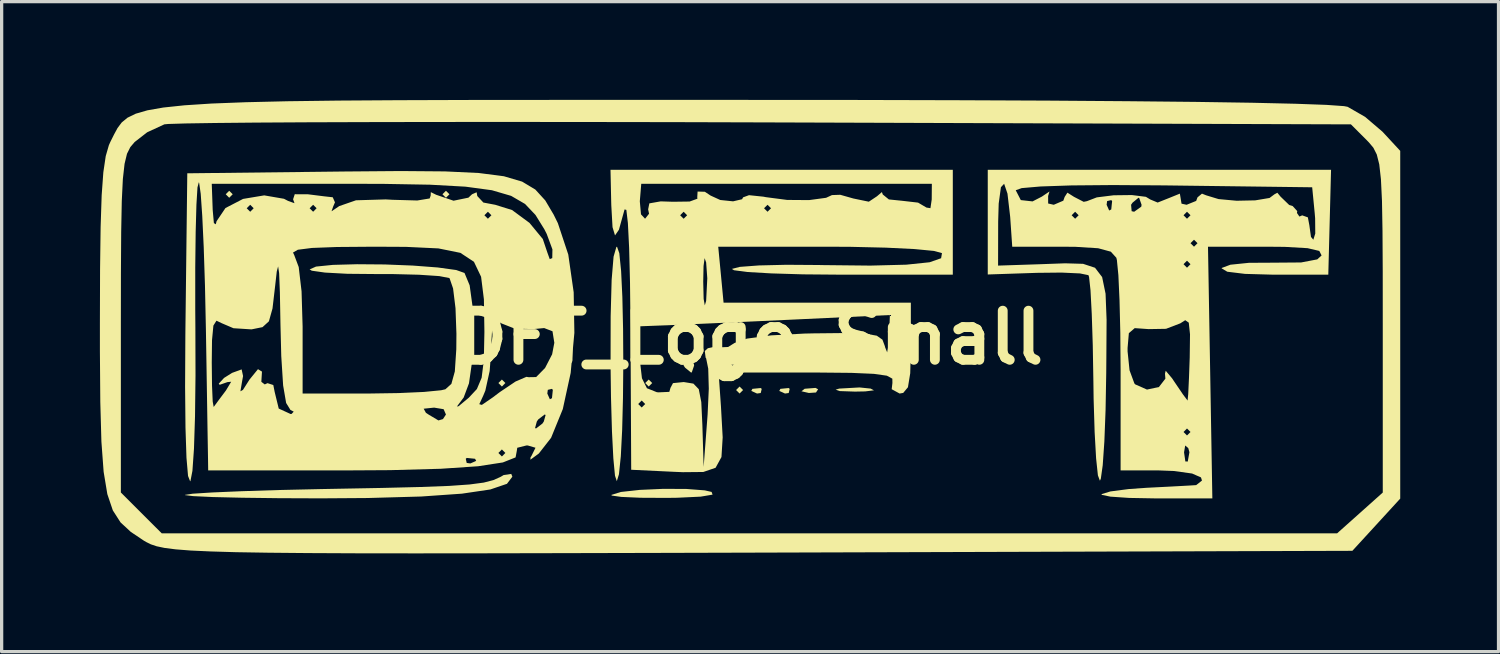
<source format=kicad_pcb>
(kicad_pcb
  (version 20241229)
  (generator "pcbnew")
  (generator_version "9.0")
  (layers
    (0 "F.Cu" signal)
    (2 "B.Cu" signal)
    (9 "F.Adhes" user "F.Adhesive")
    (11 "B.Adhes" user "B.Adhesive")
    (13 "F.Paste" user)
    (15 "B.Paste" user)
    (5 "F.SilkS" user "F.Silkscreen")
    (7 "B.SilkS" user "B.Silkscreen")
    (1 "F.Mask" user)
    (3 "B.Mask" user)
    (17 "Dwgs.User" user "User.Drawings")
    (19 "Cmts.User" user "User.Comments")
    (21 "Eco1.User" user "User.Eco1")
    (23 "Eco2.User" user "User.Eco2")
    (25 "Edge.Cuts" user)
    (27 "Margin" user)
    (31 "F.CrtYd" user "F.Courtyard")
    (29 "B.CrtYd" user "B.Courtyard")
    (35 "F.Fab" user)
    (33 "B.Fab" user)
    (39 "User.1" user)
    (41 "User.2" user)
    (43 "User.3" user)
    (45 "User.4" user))
  (footprint "DFT_Logo_Small"
    (layer "F.Cu")
    (at 19.85 7.257)
    (property "Reference" "DFT_Logo_Small" (at 0 0 0) (layer "F.SilkS") (effects (font (size 1.5 1.5) (thickness 0.3))))
    (attr board_only exclude_from_pos_files exclude_from_bom)
    (fp_poly (pts (xy -15.795 -4.376) (xy -15.902 -4.269) (xy -16.008 -4.376) (xy -15.902 -4.482)) (stroke (width 0) (type solid)) (fill yes) (layer "F.SilkS"))
    (fp_poly (pts (xy -9.178 -4.376) (xy -9.285 -4.269) (xy -9.392 -4.376) (xy -9.285 -4.482)) (stroke (width 0) (type solid)) (fill yes) (layer "F.SilkS"))
    (fp_poly (pts (xy -7.471 1.387) (xy -7.577 1.494) (xy -7.684 1.387) (xy -7.577 1.281)) (stroke (width 0) (type solid)) (fill yes) (layer "F.SilkS"))
    (fp_poly (pts (xy -2.988 1.387) (xy -3.095 1.494) (xy -3.202 1.387) (xy -3.095 1.281)) (stroke (width 0) (type solid)) (fill yes) (layer "F.SilkS"))
    (fp_poly (pts (xy -0.213 1.601) (xy -0.32 1.708) (xy -0.427 1.601) (xy -0.32 1.494)) (stroke (width 0) (type solid)) (fill yes) (layer "F.SilkS"))
    (fp_poly (pts (xy 0.356 1.565) (xy 0.326 1.692) (xy 0.213 1.708) (xy 0.038 1.629) (xy 0.071 1.565) (xy 0.324 1.54)) (stroke (width 0) (type solid)) (fill yes) (layer "F.SilkS"))
    (fp_poly (pts (xy 1.21 1.565) (xy 1.18 1.692) (xy 1.067 1.708) (xy 0.892 1.629) (xy 0.925 1.565) (xy 1.178 1.54)) (stroke (width 0) (type solid)) (fill yes) (layer "F.SilkS"))
    (fp_poly (pts (xy 2.077 1.579) (xy 2.013 1.676) (xy 1.796 1.691) (xy 1.569 1.639) (xy 1.668 1.562) (xy 2.001 1.536)) (stroke (width 0) (type solid)) (fill yes) (layer "F.SilkS"))
    (fp_poly (pts (xy -1.716 0.795) (xy -1.708 0.854) (xy -1.78 1.062) (xy -1.802 1.067) (xy -1.984 0.918) (xy -2.028 0.854) (xy -2.011 0.657) (xy -1.934 0.64)) (stroke (width 0) (type solid)) (fill yes) (layer "F.SilkS"))
    (fp_poly (pts (xy 3.682 1.557) (xy 3.783 1.61) (xy 3.515 1.643) (xy 3.202 1.649) (xy 2.74 1.633) (xy 2.613 1.59) (xy 2.721 1.557) (xy 3.343 1.522)) (stroke (width 0) (type solid)) (fill yes) (layer "F.SilkS"))
    (fp_poly (pts (xy -1.946 4.621) (xy -1.384 4.664) (xy -1.174 4.712) (xy -1.145 4.795) (xy -1.509 4.856) (xy -2.229 4.89) (xy -2.544 4.894) (xy -3.343 4.89) (xy -3.932 4.864) (xy -4.222 4.823) (xy -4.234 4.803) (xy -3.943 4.713) (xy -3.369 4.65) (xy -2.655 4.618)) (stroke (width 0) (type solid)) (fill yes) (layer "F.SilkS"))
    (fp_poly (pts (xy -3.992 -2.576) (xy -3.937 -2.035) (xy -3.899 -1.238) (xy -3.877 -0.269) (xy -3.87 0.786) (xy -3.88 1.843) (xy -3.905 2.817) (xy -3.946 3.622) (xy -4.003 4.173) (xy -4.068 4.384) (xy -4.124 4.216) (xy -4.174 3.689) (xy -4.216 2.868) (xy -4.246 1.82) (xy -4.259 0.855) (xy -4.256 -0.651) (xy -4.226 -1.763) (xy -4.167 -2.472) (xy -4.082 -2.766) (xy -4.062 -2.775)) (stroke (width 0) (type solid)) (fill yes) (layer "F.SilkS"))
    (fp_poly (pts (xy -7.257 4.246) (xy -7.422 4.464) (xy -7.93 4.637) (xy -8.797 4.765) (xy -10.041 4.852) (xy -11.68 4.898) (xy -13.109 4.908) (xy -14.395 4.903) (xy -15.514 4.889) (xy -16.405 4.868) (xy -17.004 4.84) (xy -17.251 4.809) (xy -17.253 4.802) (xy -17.016 4.766) (xy -16.419 4.728) (xy -15.524 4.69) (xy -14.399 4.654) (xy -13.109 4.625) (xy -12.788 4.619) (xy -11.238 4.59) (xy -10.056 4.561) (xy -9.183 4.528) (xy -8.561 4.484) (xy -8.131 4.427) (xy -7.835 4.35) (xy -7.613 4.25) (xy -7.524 4.197) (xy -7.291 4.162)) (stroke (width 0) (type solid)) (fill yes) (layer "F.SilkS"))
    (fp_poly (pts (xy -0.131 -7.257) (xy 3.265 -7.255) (xy 6.352 -7.247) (xy 9.115 -7.235) (xy 11.541 -7.217) (xy 13.616 -7.196) (xy 15.327 -7.17) (xy 16.659 -7.139) (xy 17.599 -7.105) (xy 18.133 -7.067) (xy 18.244 -7.046) (xy 18.779 -6.738) (xy 19.308 -6.286) (xy 19.325 -6.268) (xy 19.85 -5.701) (xy 19.85 -0.393) (xy 19.85 4.916) (xy 19.12 5.713) (xy 18.389 6.51) (xy 0.283 6.565) (xy -2.916 6.574) (xy -5.715 6.581) (xy -8.144 6.586) (xy -10.229 6.588) (xy -11.998 6.586) (xy -13.479 6.579) (xy -14.7 6.568) (xy -15.689 6.552) (xy -16.473 6.529) (xy -17.08 6.501) (xy -17.538 6.465) (xy -17.875 6.422) (xy -18.118 6.371) (xy -18.296 6.311) (xy -18.435 6.242) (xy -18.506 6.201) (xy -18.907 5.932) (xy -19.22 5.642) (xy -19.455 5.276) (xy -19.623 4.779) (xy -19.736 4.097) (xy -19.804 3.176) (xy -19.838 1.961) (xy -19.85 0.397) (xy -19.85 -0.41) (xy -19.21 -0.41) (xy -19.21 4.729) (xy -18.586 5.353) (xy -17.962 5.976) (xy -0.02 5.976) (xy 17.923 5.976) (xy 18.62 5.354) (xy 19.317 4.731) (xy 19.317 -0.403) (xy 19.316 -2.014) (xy 19.309 -3.252) (xy 19.293 -4.174) (xy 19.261 -4.835) (xy 19.21 -5.289) (xy 19.134 -5.591) (xy 19.029 -5.798) (xy 18.89 -5.963) (xy 18.831 -6.024) (xy 18.345 -6.51) (xy 0.474 -6.57) (xy -2.26 -6.578) (xy -4.879 -6.582) (xy -7.349 -6.584) (xy -9.638 -6.583) (xy -11.713 -6.579) (xy -13.544 -6.573) (xy -15.096 -6.564) (xy -16.338 -6.552) (xy -17.237 -6.538) (xy -17.761 -6.522) (xy -17.881 -6.511) (xy -18.407 -6.268) (xy -18.789 -5.971) (xy -18.921 -5.816) (xy -19.023 -5.612) (xy -19.097 -5.305) (xy -19.149 -4.841) (xy -19.182 -4.166) (xy -19.2 -3.224) (xy -19.208 -1.962) (xy -19.21 -0.41) (xy -19.85 -0.41) (xy -19.85 -0.427) (xy -19.845 -2.088) (xy -19.828 -3.375) (xy -19.796 -4.344) (xy -19.745 -5.048) (xy -19.672 -5.541) (xy -19.575 -5.877) (xy -19.527 -5.983) (xy -19.416 -6.205) (xy -19.311 -6.399) (xy -19.184 -6.568) (xy -19.008 -6.713) (xy -18.755 -6.836) (xy -18.399 -6.939) (xy -17.913 -7.024) (xy -17.269 -7.092) (xy -16.44 -7.146) (xy -15.4 -7.186) (xy -14.121 -7.216) (xy -12.575 -7.236) (xy -10.737 -7.248) (xy -8.579 -7.255) (xy -6.073 -7.257) (xy -3.193 -7.257)) (stroke (width 0) (type solid)) (fill yes) (layer "F.SilkS"))
    (fp_poly (pts (xy 6.19 -3.522) (xy 6.19 -1.921) (xy 2.762 -1.921) (xy 1.617 -1.931) (xy 0.648 -1.96) (xy -0.077 -2.002) (xy -0.49 -2.056) (xy -0.557 -2.096) (xy -0.314 -2.159) (xy 0.27 -2.203) (xy 1.108 -2.223) (xy 2.115 -2.216) (xy 2.177 -2.214) (xy 3.674 -2.198) (xy 4.768 -2.226) (xy 5.481 -2.3) (xy 5.833 -2.423) (xy 5.859 -2.579) (xy 5.615 -2.646) (xy 5.019 -2.703) (xy 4.148 -2.746) (xy 3.076 -2.771) (xy 2.383 -2.775) (xy -0.972 -2.775) (xy -0.89 -1.921) (xy -0.809 -1.067) (xy 2.05 -1.067) (xy 4.909 -1.067) (xy 4.909 0.32) (xy 4.89 1.088) (xy 4.82 1.516) (xy 4.676 1.689) (xy 4.566 1.708) (xy 4.324 1.576) (xy 4.346 1.387) (xy 4.344 1.254) (xy 4.176 1.163) (xy 3.781 1.107) (xy 3.097 1.077) (xy 2.063 1.067) (xy 1.754 1.067) (xy -0.961 1.067) (xy -0.889 2.095) (xy -0.836 3.046) (xy -0.873 3.647) (xy -1.053 3.975) (xy -1.428 4.103) (xy -2.052 4.109) (xy -2.295 4.099) (xy -3.629 4.035) (xy -3.639 2.028) (xy -3.415 2.028) (xy -3.308 2.134) (xy -3.202 2.028) (xy -3.308 1.921) (xy -3.415 2.028) (xy -3.639 2.028) (xy -3.65 -0.277) (xy -3.651 -0.342) (xy -3.435 -0.342) (xy -3.372 0.63) (xy -3.301 1.241) (xy -3.149 1.546) (xy -2.852 1.665) (xy -2.804 1.672) (xy -2.465 1.657) (xy -2.43 1.535) (xy -2.353 1.39) (xy -2.026 1.357) (xy -1.73 1.405) (xy -1.566 1.575) (xy -1.489 1.97) (xy -1.456 2.668) (xy -1.417 3.949) (xy -1.296 2.348) (xy -1.26 1.561) (xy -1.277 0.95) (xy -1.318 0.747) (xy -0.64 0.747) (xy -0.534 0.854) (xy -0.427 0.747) (xy -0.534 0.64) (xy -0.64 0.747) (xy -1.318 0.747) (xy -1.342 0.63) (xy -1.357 0.614) (xy -1.382 0.409) (xy -1.289 0.325) (xy -0.984 0.259) (xy -0.913 0.297) (xy -0.67 0.287) (xy -0.474 0.164) (xy -0.095 0.031) (xy 0.641 -0.068) (xy 1.663 -0.123) (xy 1.936 -0.129) (xy 2.898 -0.139) (xy 3.515 -0.121) (xy 3.869 -0.058) (xy 4.042 0.064) (xy 4.116 0.262) (xy 4.122 0.292) (xy 4.186 0.452) (xy 4.231 0.198) (xy 4.24 0.029) (xy 4.269 -0.689) (xy 1.227 -0.546) (xy 0.056 -0.492) (xy -1.031 -0.442) (xy -1.928 -0.402) (xy -2.53 -0.376) (xy -2.625 -0.373) (xy -3.435 -0.342) (xy -3.651 -0.342) (xy -3.665 -1.652) (xy -3.666 -1.708) (xy -1.43 -1.708) (xy -1.417 -1.181) (xy -1.382 -0.983) (xy -1.341 -1.121) (xy -1.306 -1.81) (xy -1.341 -2.295) (xy -1.388 -2.427) (xy -1.42 -2.185) (xy -1.43 -1.708) (xy -3.666 -1.708) (xy -3.692 -2.736) (xy -3.73 -3.496) (xy -3.777 -3.899) (xy -3.832 -3.913) (xy -3.839 -3.885) (xy -4.004 -3.292) (xy -4.123 -3.12) (xy -4.199 -3.371) (xy -4.237 -4.045) (xy -4.237 -4.048) (xy -4.24 -4.162) (xy -3.366 -4.162) (xy -3.33 -3.763) (xy -3.206 -3.629) (xy -3.121 -3.735) (xy -2.134 -3.735) (xy -2.028 -3.629) (xy -1.921 -3.735) (xy -2.028 -3.842) (xy -2.134 -3.735) (xy -3.121 -3.735) (xy -3.084 -3.782) (xy -3.112 -3.915) (xy -3.105 -3.949) (xy 0.427 -3.949) (xy 0.534 -3.842) (xy 0.64 -3.949) (xy 0.534 -4.055) (xy 0.427 -3.949) (xy -3.105 -3.949) (xy -3.075 -4.098) (xy -2.729 -4.159) (xy -2.356 -4.147) (xy -1.845 -4.154) (xy -1.608 -4.24) (xy -1.612 -4.287) (xy -1.602 -4.459) (xy -1.38 -4.452) (xy -1.205 -4.336) (xy -0.91 -4.201) (xy -0.519 -4.16) (xy -0.244 -4.224) (xy -0.213 -4.282) (xy -0.032 -4.348) (xy 0.411 -4.302) (xy 0.48 -4.288) (xy 1.132 -4.203) (xy 1.801 -4.198) (xy 2.321 -4.268) (xy 2.501 -4.351) (xy 2.754 -4.36) (xy 3.153 -4.247) (xy 3.626 -4.149) (xy 3.874 -4.314) (xy 4.025 -4.443) (xy 4.052 -4.369) (xy 4.238 -4.218) (xy 4.642 -4.177) (xy 5.129 -4.121) (xy 5.386 -3.97) (xy 5.507 -3.951) (xy 5.546 -4.216) (xy 5.55 -4.696) (xy 1.114 -4.696) (xy -3.322 -4.696) (xy -3.366 -4.162) (xy -4.24 -4.162) (xy -4.261 -5.123) (xy 0.964 -5.123) (xy 6.19 -5.123)) (stroke (width 0) (type solid)) (fill yes) (layer "F.SilkS"))
    (fp_poly (pts (xy 17.696 -3.522) (xy 17.654 -1.921) (xy 15.965 -1.921) (xy 15.111 -1.945) (xy 14.57 -2.011) (xy 14.397 -2.114) (xy 14.403 -2.127) (xy 14.666 -2.225) (xy 15.231 -2.283) (xy 15.945 -2.287) (xy 16.824 -2.294) (xy 17.317 -2.388) (xy 17.449 -2.508) (xy 17.379 -2.646) (xy 17.022 -2.73) (xy 16.323 -2.77) (xy 15.759 -2.775) (xy 13.981 -2.775) (xy 14.048 1.067) (xy 14.114 4.909) (xy 12.358 4.909) (xy 11.573 4.895) (xy 11.002 4.856) (xy 10.736 4.801) (xy 10.733 4.778) (xy 11.002 4.697) (xy 11.562 4.624) (xy 12.102 4.586) (xy 12.825 4.549) (xy 13.393 4.518) (xy 13.62 4.504) (xy 13.797 4.365) (xy 13.767 4.269) (xy 13.496 4.15) (xy 12.94 4.073) (xy 12.474 4.055) (xy 11.313 4.055) (xy 11.313 3.504) (xy 13.25 3.504) (xy 13.29 3.781) (xy 13.363 3.784) (xy 13.414 3.499) (xy 13.379 3.375) (xy 13.285 3.294) (xy 13.25 3.504) (xy 11.313 3.504) (xy 11.313 2.882) (xy 13.234 2.882) (xy 13.34 2.988) (xy 13.447 2.882) (xy 13.34 2.775) (xy 13.234 2.882) (xy 11.313 2.882) (xy 11.313 0.978) (xy 11.308 0.421) (xy 11.526 0.421) (xy 11.586 0.999) (xy 11.733 1.398) (xy 11.757 1.427) (xy 12.118 1.587) (xy 12.483 1.509) (xy 12.68 1.254) (xy 12.668 1.1) (xy 12.69 1.012) (xy 12.884 1.243) (xy 12.945 1.334) (xy 13.215 1.732) (xy 13.355 1.919) (xy 13.358 1.921) (xy 13.377 1.727) (xy 13.401 1.221) (xy 13.423 0.608) (xy 13.432 -0.101) (xy 13.394 -0.456) (xy 13.286 -0.531) (xy 13.136 -0.435) (xy 12.699 -0.268) (xy 12.168 -0.259) (xy 11.744 -0.289) (xy 11.565 -0.135) (xy 11.526 0.316) (xy 11.526 0.421) (xy 11.308 0.421) (xy 11.304 -0.148) (xy 11.28 -1.138) (xy 11.245 -1.906) (xy 11.212 -2.241) (xy 13.234 -2.241) (xy 13.34 -2.134) (xy 13.447 -2.241) (xy 13.34 -2.348) (xy 13.234 -2.241) (xy 11.212 -2.241) (xy 11.2 -2.365) (xy 11.183 -2.437) (xy 11.014 -2.623) (xy 10.628 -2.728) (xy 9.939 -2.771) (xy 9.529 -2.775) (xy 8.004 -2.775) (xy 7.997 -2.882) (xy 13.447 -2.882) (xy 13.554 -2.775) (xy 13.661 -2.882) (xy 13.554 -2.988) (xy 13.447 -2.882) (xy 7.997 -2.882) (xy 7.942 -3.681) (xy 7.936 -3.735) (xy 9.818 -3.735) (xy 9.925 -3.629) (xy 10.032 -3.735) (xy 13.234 -3.735) (xy 13.34 -3.629) (xy 13.447 -3.735) (xy 13.34 -3.842) (xy 13.234 -3.735) (xy 10.032 -3.735) (xy 9.925 -3.842) (xy 9.818 -3.735) (xy 7.936 -3.735) (xy 7.859 -4.396) (xy 7.824 -4.499) (xy 8.111 -4.499) (xy 8.266 -4.198) (xy 8.625 -4.158) (xy 8.908 -4.304) (xy 9.142 -4.461) (xy 9.1 -4.322) (xy 9.101 -4.094) (xy 9.272 -4.055) (xy 10.886 -4.055) (xy 10.964 -3.88) (xy 11.028 -3.913) (xy 11.042 -4.055) (xy 11.633 -4.055) (xy 11.65 -3.859) (xy 11.727 -3.842) (xy 11.944 -3.997) (xy 11.953 -4.055) (xy 11.88 -4.263) (xy 11.859 -4.269) (xy 11.677 -4.119) (xy 11.633 -4.055) (xy 11.042 -4.055) (xy 11.054 -4.166) (xy 11.028 -4.198) (xy 10.901 -4.168) (xy 10.886 -4.055) (xy 9.272 -4.055) (xy 9.564 -4.18) (xy 9.605 -4.295) (xy 9.689 -4.425) (xy 9.891 -4.297) (xy 10.186 -4.145) (xy 10.284 -4.165) (xy 10.586 -4.281) (xy 11.101 -4.345) (xy 11.657 -4.352) (xy 12.085 -4.298) (xy 12.219 -4.217) (xy 12.444 -4.123) (xy 12.789 -4.26) (xy 13.122 -4.395) (xy 13.14 -4.29) (xy 13.173 -4.089) (xy 13.328 -4.055) (xy 13.62 -4.173) (xy 13.661 -4.282) (xy 13.797 -4.395) (xy 13.925 -4.344) (xy 14.303 -4.229) (xy 14.854 -4.178) (xy 15.424 -4.19) (xy 15.86 -4.263) (xy 16.012 -4.376) (xy 16.099 -4.422) (xy 16.196 -4.304) (xy 16.461 -4.048) (xy 16.566 -4.016) (xy 16.706 -3.862) (xy 16.697 -3.805) (xy 16.772 -3.695) (xy 16.857 -3.732) (xy 17.03 -3.671) (xy 17.076 -3.428) (xy 17.125 -3.074) (xy 17.197 -2.988) (xy 17.256 -3.176) (xy 17.252 -3.641) (xy 17.24 -3.789) (xy 17.162 -4.589) (xy 12.637 -4.647) (xy 11.076 -4.657) (xy 9.81 -4.646) (xy 8.871 -4.614) (xy 8.294 -4.564) (xy 8.111 -4.499) (xy 7.824 -4.499) (xy 7.757 -4.696) (xy 7.659 -4.591) (xy 7.591 -4.091) (xy 7.575 -3.543) (xy 7.572 -2.198) (xy 8.85 -2.24) (xy 9.619 -2.268) (xy 10.168 -2.252) (xy 10.532 -2.132) (xy 10.749 -1.848) (xy 10.854 -1.339) (xy 10.885 -0.546) (xy 10.878 0.593) (xy 10.874 1.093) (xy 10.854 2.212) (xy 10.817 3.173) (xy 10.767 3.897) (xy 10.709 4.308) (xy 10.681 4.37) (xy 10.62 4.207) (xy 10.565 3.688) (xy 10.52 2.885) (xy 10.489 1.87) (xy 10.482 1.344) (xy 10.463 0.231) (xy 10.432 -0.725) (xy 10.394 -1.444) (xy 10.35 -1.849) (xy 10.331 -1.906) (xy 10.073 -1.959) (xy 9.509 -1.985) (xy 8.76 -1.977) (xy 8.734 -1.976) (xy 7.257 -1.927) (xy 7.257 -3.525) (xy 7.257 -5.123) (xy 12.498 -5.123) (xy 17.738 -5.123)) (stroke (width 0) (type solid)) (fill yes) (layer "F.SilkS"))
    (fp_poly (pts (xy -9.312 -5.074) (xy -8.283 -5.025) (xy -7.516 -4.926) (xy -6.959 -4.762) (xy -6.556 -4.52) (xy -6.253 -4.188) (xy -5.995 -3.752) (xy -5.868 -3.494) (xy -5.55 -2.535) (xy -5.385 -1.383) (xy -5.364 -0.144) (xy -5.477 1.08) (xy -5.717 2.182) (xy -6.075 3.06) (xy -6.448 3.538) (xy -6.706 3.728) (xy -6.702 3.653) (xy -6.678 3.621) (xy -6.551 3.363) (xy -6.785 3.294) (xy -6.826 3.293) (xy -7.108 3.364) (xy -7.122 3.461) (xy -7.159 3.658) (xy -7.548 3.812) (xy -8.304 3.928) (xy -9.445 4.005) (xy -10.984 4.047) (xy -12.341 4.055) (xy -16.544 4.055) (xy -16.549 3.7) (xy -8.68 3.7) (xy -8.651 3.827) (xy -8.538 3.842) (xy -8.362 3.764) (xy -8.396 3.7) (xy -8.649 3.674) (xy -8.68 3.7) (xy -16.549 3.7) (xy -16.552 3.522) (xy -7.684 3.522) (xy -7.577 3.629) (xy -7.471 3.522) (xy -7.577 3.415) (xy -7.684 3.522) (xy -16.552 3.522) (xy -16.565 2.761) (xy -6.564 2.761) (xy -6.535 2.775) (xy -6.34 2.625) (xy -6.297 2.561) (xy -6.242 2.362) (xy -6.271 2.348) (xy -6.466 2.498) (xy -6.51 2.561) (xy -6.564 2.761) (xy -16.565 2.761) (xy -16.597 0.756) (xy -16.435 0.756) (xy -16.427 1.464) (xy -16.406 1.952) (xy -16.376 2.118) (xy -16.375 2.117) (xy -16.213 1.896) (xy -16.001 1.613) (xy -15.842 1.348) (xy -15.955 1.359) (xy -16.192 1.441) (xy -16.222 1.408) (xy -16.059 1.231) (xy -15.816 1.078) (xy -15.523 0.971) (xy -15.479 1.173) (xy -15.509 1.338) (xy -15.56 1.64) (xy -15.483 1.597) (xy -15.282 1.281) (xy -15.024 0.964) (xy -14.902 1.038) (xy -14.921 1.35) (xy -14.817 1.43) (xy -14.733 1.391) (xy -14.556 1.448) (xy -14.514 1.659) (xy -14.39 2.167) (xy -14.028 2.333) (xy -13.998 2.331) (xy -13.933 2.261) (xy -14.034 2.207) (xy -14.056 2.171) (xy -9.965 2.171) (xy -9.897 2.295) (xy -9.818 2.348) (xy -9.514 2.529) (xy -9.376 2.488) (xy -9.285 2.348) (xy -9.356 2.186) (xy -9.646 2.138) (xy -9.965 2.171) (xy -14.056 2.171) (xy -14.164 1.996) (xy -14.256 1.46) (xy -14.313 0.563) (xy -14.337 -0.391) (xy -14.355 -1.383) (xy -14.378 -1.97) (xy -14.409 -2.174) (xy -14.45 -2.018) (xy -14.497 -1.601) (xy -14.58 -0.889) (xy -14.69 -0.497) (xy -14.885 -0.319) (xy -15.221 -0.251) (xy -15.221 -0.251) (xy -15.772 -0.286) (xy -16.128 -0.438) (xy -16.291 -0.516) (xy -16.385 -0.367) (xy -16.427 0.078) (xy -16.435 0.756) (xy -16.597 0.756) (xy -16.614 -0.267) (xy -16.642 -1.585) (xy -16.675 -2.597) (xy -13.954 -2.597) (xy -13.917 -2.519) (xy -13.78 -2.154) (xy -13.693 -1.411) (xy -13.661 -0.335) (xy -13.661 -0.277) (xy -13.661 1.708) (xy -11.65 1.708) (xy -10.733 1.694) (xy -9.956 1.659) (xy -9.432 1.608) (xy -9.302 1.578) (xy -9.119 1.413) (xy -9.014 1.034) (xy -8.969 0.358) (xy -8.965 -0.117) (xy -8.993 -0.897) (xy -9.067 -1.5) (xy -9.173 -1.808) (xy -9.186 -1.819) (xy -9.485 -1.877) (xy -10.104 -1.919) (xy -10.936 -1.94) (xy -11.427 -1.94) (xy -12.297 -1.948) (xy -12.978 -1.985) (xy -13.38 -2.042) (xy -13.447 -2.082) (xy -13.252 -2.168) (xy -12.735 -2.22) (xy -12.001 -2.24) (xy -11.153 -2.233) (xy -10.297 -2.199) (xy -9.535 -2.141) (xy -8.971 -2.063) (xy -8.718 -1.973) (xy -8.561 -1.595) (xy -8.47 -0.932) (xy -8.444 -0.121) (xy -8.482 0.701) (xy -8.582 1.397) (xy -8.744 1.83) (xy -8.748 1.835) (xy -8.95 2.104) (xy -8.899 2.095) (xy -8.825 2.033) (xy -8.267 2.033) (xy -8.189 2.055) (xy -7.858 1.828) (xy -7.699 1.708) (xy -6.19 1.708) (xy -6.112 1.883) (xy -6.048 1.85) (xy -6.022 1.597) (xy -6.048 1.565) (xy -6.175 1.595) (xy -6.19 1.708) (xy -7.699 1.708) (xy -7.639 1.663) (xy -7.16 1.341) (xy -6.828 1.198) (xy -6.76 1.209) (xy -6.531 1.205) (xy -6.259 0.928) (xy -6.043 0.51) (xy -5.976 0.159) (xy -6.032 -0.193) (xy -6.286 -0.291) (xy -6.619 -0.259) (xy -7.183 -0.273) (xy -7.579 -0.429) (xy -7.771 -0.533) (xy -7.867 -0.378) (xy -7.896 0.108) (xy -7.897 0.308) (xy -7.95 1.02) (xy -8.083 1.621) (xy -8.147 1.774) (xy -8.267 2.033) (xy -8.825 2.033) (xy -8.587 1.835) (xy -8.34 1.57) (xy -8.195 1.226) (xy -8.128 0.689) (xy -8.111 -0.155) (xy -8.111 -0.199) (xy -8.126 -1.168) (xy -8.212 -1.857) (xy -8.43 -2.314) (xy -8.844 -2.587) (xy -9.515 -2.723) (xy -10.505 -2.77) (xy -11.474 -2.775) (xy -12.615 -2.766) (xy -13.376 -2.737) (xy -13.807 -2.682) (xy -13.954 -2.597) (xy -16.675 -2.597) (xy -16.68 -2.756) (xy -16.725 -3.714) (xy -16.772 -4.391) (xy -16.816 -4.696) (xy -16.435 -4.696) (xy -16.406 -3.895) (xy -16.37 -3.496) (xy -16.312 -3.459) (xy -16.288 -3.553) (xy -16.165 -3.735) (xy -8.111 -3.735) (xy -8.004 -3.629) (xy -7.897 -3.735) (xy -8.004 -3.842) (xy -8.111 -3.735) (xy -16.165 -3.735) (xy -16.021 -3.949) (xy -15.368 -3.949) (xy -15.261 -3.842) (xy -15.155 -3.949) (xy -13.447 -3.949) (xy -13.34 -3.842) (xy -13.234 -3.949) (xy -13.34 -4.055) (xy -13.447 -3.949) (xy -15.155 -3.949) (xy -15.261 -4.055) (xy -15.368 -3.949) (xy -16.021 -3.949) (xy -16.016 -3.956) (xy -15.479 -4.234) (xy -14.833 -4.342) (xy -14.23 -4.238) (xy -14.103 -4.172) (xy -13.909 -4.103) (xy -13.952 -4.222) (xy -13.901 -4.377) (xy -13.504 -4.376) (xy -13.01 -4.314) (xy -12.741 -4.284) (xy -12.673 -4.129) (xy -12.728 -4.002) (xy -12.778 -3.856) (xy -12.554 -4.007) (xy -12.545 -4.014) (xy -12.032 -4.192) (xy -11.124 -4.219) (xy -10.91 -4.207) (xy -10.159 -4.186) (xy -9.782 -4.248) (xy -9.752 -4.334) (xy -9.747 -4.441) (xy -9.585 -4.361) (xy -9.053 -4.179) (xy -8.599 -4.272) (xy -8.488 -4.376) (xy -8.348 -4.437) (xy -8.328 -4.322) (xy -8.142 -4.123) (xy -7.781 -4.055) (xy -7.267 -3.895) (xy -6.734 -3.502) (xy -6.328 -3.01) (xy -6.19 -2.601) (xy -6.116 -2.396) (xy -6.039 -2.427) (xy -6.034 -2.693) (xy -6.208 -3.164) (xy -6.28 -3.306) (xy -6.551 -3.744) (xy -6.87 -4.08) (xy -7.295 -4.327) (xy -7.882 -4.499) (xy -8.689 -4.608) (xy -9.773 -4.668) (xy -11.191 -4.693) (xy -12.252 -4.696) (xy -16.435 -4.696) (xy -16.816 -4.696) (xy -16.82 -4.722) (xy -16.83 -4.742) (xy -16.871 -4.585) (xy -16.903 -4.06) (xy -16.926 -3.226) (xy -16.939 -2.142) (xy -16.939 -0.868) (xy -16.935 -0.315) (xy -16.931 1.15) (xy -16.946 2.404) (xy -16.978 3.394) (xy -17.025 4.068) (xy -17.085 4.376) (xy -17.095 4.388) (xy -17.159 4.224) (xy -17.207 3.667) (xy -17.237 2.747) (xy -17.249 1.498) (xy -17.241 -0.048) (xy -17.239 -0.252) (xy -17.182 -5.016) (xy -12.38 -5.071) (xy -10.66 -5.085)) (stroke (width 0) (type solid)) (fill yes) (layer "F.SilkS")))
  (gr_rect
    (start -3 -3)
    (end 42.701 16.845)
    (stroke (width 0.1) (type default))
    (fill no)
    (layer "Edge.Cuts")))
</source>
